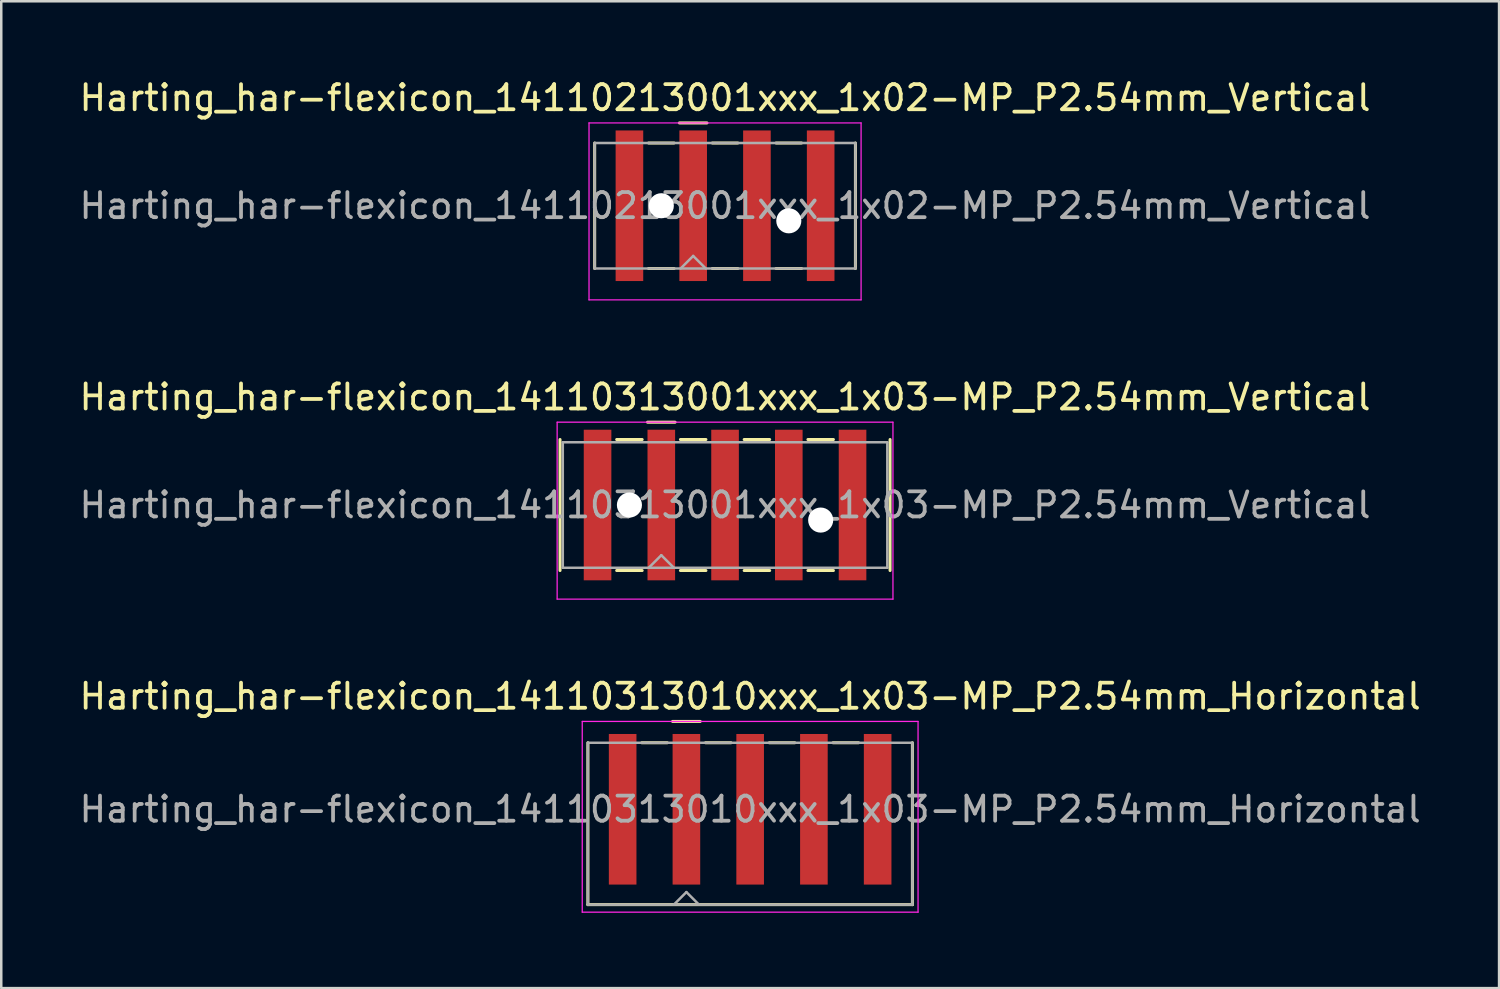
<source format=kicad_pcb>
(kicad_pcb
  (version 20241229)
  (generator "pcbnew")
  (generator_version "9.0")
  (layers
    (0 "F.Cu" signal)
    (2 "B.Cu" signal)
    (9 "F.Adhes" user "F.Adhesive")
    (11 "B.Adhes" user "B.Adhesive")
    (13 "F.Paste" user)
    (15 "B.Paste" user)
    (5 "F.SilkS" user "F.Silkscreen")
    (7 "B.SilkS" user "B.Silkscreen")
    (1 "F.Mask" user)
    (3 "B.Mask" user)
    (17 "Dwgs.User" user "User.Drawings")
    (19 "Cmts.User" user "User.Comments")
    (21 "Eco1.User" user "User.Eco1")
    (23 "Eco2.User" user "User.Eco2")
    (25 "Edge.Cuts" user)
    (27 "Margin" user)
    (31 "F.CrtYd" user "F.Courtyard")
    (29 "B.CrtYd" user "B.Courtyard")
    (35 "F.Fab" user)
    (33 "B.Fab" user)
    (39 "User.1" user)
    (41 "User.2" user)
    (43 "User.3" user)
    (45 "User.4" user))
  (footprint "Harting_har-flexicon_14110213001xxx_1x02-MP_P2.54mm_Vertical"
    (layer "F.Cu")
    (at 25.839 5.148)
    (property "Reference" "Harting_har-flexicon_14110213001xxx_1x02-MP_P2.54mm_Vertical" (at 0 -4.3 0) (layer "F.SilkS") (effects (font (size 1 1) (thickness 0.15))))
    (attr smd)
    (fp_line (start -5.195 -2.5) (end -5.195 2.5) (stroke (width 0.12) (type solid)) (layer "F.SilkS"))
    (fp_line (start -3.048 -2.5) (end -2.032 -2.5) (stroke (width 0.12) (type solid)) (layer "F.SilkS"))
    (fp_line (start -3.048 2.5) (end -2.032 2.5) (stroke (width 0.12) (type solid)) (layer "F.SilkS"))
    (fp_line (start -1.82 -3.3) (end -0.72 -3.3) (stroke (width 0.12) (type solid)) (layer "F.SilkS"))
    (fp_line (start -0.508 -2.5) (end 0.508 -2.5) (stroke (width 0.12) (type solid)) (layer "F.SilkS"))
    (fp_line (start -0.508 2.5) (end 0.508 2.5) (stroke (width 0.12) (type solid)) (layer "F.SilkS"))
    (fp_line (start 2.032 -2.5) (end 3.048 -2.5) (stroke (width 0.12) (type solid)) (layer "F.SilkS"))
    (fp_line (start 2.032 2.5) (end 3.048 2.5) (stroke (width 0.12) (type solid)) (layer "F.SilkS"))
    (fp_line (start 5.195 -2.5) (end 5.195 2.5) (stroke (width 0.12) (type solid)) (layer "F.SilkS"))
    (fp_line (start -5.42 -3.3) (end -5.42 3.75) (stroke (width 0.05) (type solid)) (layer "F.CrtYd"))
    (fp_line (start -5.42 3.75) (end 5.42 3.75) (stroke (width 0.05) (type solid)) (layer "F.CrtYd"))
    (fp_line (start 5.42 -3.3) (end -5.42 -3.3) (stroke (width 0.05) (type solid)) (layer "F.CrtYd"))
    (fp_line (start 5.42 3.75) (end 5.42 -3.3) (stroke (width 0.05) (type solid)) (layer "F.CrtYd"))
    (fp_line (start -5.195 -2.5) (end -5.195 2.5) (stroke (width 0.1) (type solid)) (layer "F.Fab"))
    (fp_line (start -5.195 2.5) (end 5.195 2.5) (stroke (width 0.1) (type solid)) (layer "F.Fab"))
    (fp_line (start -1.77 2.5) (end -1.27 2) (stroke (width 0.1) (type solid)) (layer "F.Fab"))
    (fp_line (start -1.27 2) (end -0.77 2.5) (stroke (width 0.1) (type solid)) (layer "F.Fab"))
    (fp_line (start 5.195 -2.5) (end -5.195 -2.5) (stroke (width 0.1) (type solid)) (layer "F.Fab"))
    (fp_line (start 5.195 2.5) (end 5.195 -2.5) (stroke (width 0.1) (type solid)) (layer "F.Fab"))
    (fp_text user "${REFERENCE}" (at 0 0 0) (layer "F.Fab") (effects (font (size 1 1) (thickness 0.15))))
    (pad "" np_thru_hole circle (at -2.54 0) (size 1 1) (drill 1) (layers "*.Cu" "*.Mask"))
    (pad "" np_thru_hole circle (at 2.54 0.6) (size 1 1) (drill 1) (layers "*.Cu" "*.Mask"))
    (pad "1" smd rect (at -1.27 0) (size 1.1 6) (layers "F.Cu" "F.Mask" "F.Paste"))
    (pad "2" smd rect (at 1.27 0) (size 1.1 6) (layers "F.Cu" "F.Mask" "F.Paste"))
    (pad "MP" smd rect (at -3.81 0) (size 1.1 6) (layers "F.Cu" "F.Mask" "F.Paste"))
    (pad "MP" smd rect (at 3.81 0) (size 1.1 6) (layers "F.Cu" "F.Mask" "F.Paste")))
  (footprint "Harting_har-flexicon_14110313010xxx_1x03-MP_P2.54mm_Horizontal"
    (layer "F.Cu")
    (at 26.839 30.495)
    (property "Reference" "Harting_har-flexicon_14110313010xxx_1x03-MP_P2.54mm_Horizontal" (at 0 -5.8 0) (layer "F.SilkS") (effects (font (size 1 1) (thickness 0.15))))
    (attr smd)
    (fp_line (start -6.465 -3.95) (end -6.465 2.5) (stroke (width 0.12) (type solid)) (layer "F.SilkS"))
    (fp_line (start -4.318 -3.95) (end -3.302 -3.95) (stroke (width 0.12) (type solid)) (layer "F.SilkS"))
    (fp_line (start -3.09 -4.8) (end -1.99 -4.8) (stroke (width 0.12) (type solid)) (layer "F.SilkS"))
    (fp_line (start -1.778 -3.95) (end -0.762 -3.95) (stroke (width 0.12) (type solid)) (layer "F.SilkS"))
    (fp_line (start 0.762 -3.95) (end 1.778 -3.95) (stroke (width 0.12) (type solid)) (layer "F.SilkS"))
    (fp_line (start 3.302 -3.95) (end 4.318 -3.95) (stroke (width 0.12) (type solid)) (layer "F.SilkS"))
    (fp_line (start 6.465 -3.95) (end 6.465 2.5) (stroke (width 0.12) (type solid)) (layer "F.SilkS"))
    (fp_line (start 6.465 2.5) (end -6.465 2.5) (stroke (width 0.12) (type solid)) (layer "F.SilkS"))
    (fp_line (start -6.69 -4.8) (end -6.69 2.8) (stroke (width 0.05) (type solid)) (layer "F.CrtYd"))
    (fp_line (start -6.69 2.8) (end 6.69 2.8) (stroke (width 0.05) (type solid)) (layer "F.CrtYd"))
    (fp_line (start 6.69 -4.8) (end -6.69 -4.8) (stroke (width 0.05) (type solid)) (layer "F.CrtYd"))
    (fp_line (start 6.69 2.8) (end 6.69 -4.8) (stroke (width 0.05) (type solid)) (layer "F.CrtYd"))
    (fp_line (start -6.465 -3.95) (end -6.465 2.5) (stroke (width 0.1) (type solid)) (layer "F.Fab"))
    (fp_line (start -6.465 2.5) (end 6.465 2.5) (stroke (width 0.1) (type solid)) (layer "F.Fab"))
    (fp_line (start -3.04 2.5) (end -2.54 2) (stroke (width 0.1) (type solid)) (layer "F.Fab"))
    (fp_line (start -2.54 2) (end -2.04 2.5) (stroke (width 0.1) (type solid)) (layer "F.Fab"))
    (fp_line (start 6.465 -3.95) (end -6.465 -3.95) (stroke (width 0.1) (type solid)) (layer "F.Fab"))
    (fp_line (start 6.465 2.5) (end 6.465 -3.95) (stroke (width 0.1) (type solid)) (layer "F.Fab"))
    (fp_text user "${REFERENCE}" (at 0 -1.3 0) (layer "F.Fab") (effects (font (size 1 1) (thickness 0.15))))
    (pad "1" smd rect (at -2.54 -1.3) (size 1.1 6) (layers "F.Cu" "F.Mask" "F.Paste"))
    (pad "2" smd rect (at 0 -1.3) (size 1.1 6) (layers "F.Cu" "F.Mask" "F.Paste"))
    (pad "3" smd rect (at 2.54 -1.3) (size 1.1 6) (layers "F.Cu" "F.Mask" "F.Paste"))
    (pad "MP" smd rect (at -5.08 -1.3) (size 1.1 6) (layers "F.Cu" "F.Mask" "F.Paste"))
    (pad "MP" smd rect (at 5.08 -1.3) (size 1.1 6) (layers "F.Cu" "F.Mask" "F.Paste")))
  (footprint "Harting_har-flexicon_14110313001xxx_1x03-MP_P2.54mm_Vertical"
    (layer "F.Cu")
    (at 25.839 17.072)
    (property "Reference" "Harting_har-flexicon_14110313001xxx_1x03-MP_P2.54mm_Vertical" (at 0 -4.3 0) (layer "F.SilkS") (effects (font (size 1 1) (thickness 0.15))))
    (attr smd)
    (fp_line (start -6.575 -2.61) (end -6.575 2.61) (stroke (width 0.12) (type solid)) (layer "F.SilkS"))
    (fp_line (start -4.318 -2.61) (end -3.302 -2.61) (stroke (width 0.12) (type solid)) (layer "F.SilkS"))
    (fp_line (start -4.318 2.61) (end -3.302 2.61) (stroke (width 0.12) (type solid)) (layer "F.SilkS"))
    (fp_line (start -3.09 -3.3) (end -1.99 -3.3) (stroke (width 0.12) (type solid)) (layer "F.SilkS"))
    (fp_line (start -1.778 -2.61) (end -0.762 -2.61) (stroke (width 0.12) (type solid)) (layer "F.SilkS"))
    (fp_line (start -1.778 2.61) (end -0.762 2.61) (stroke (width 0.12) (type solid)) (layer "F.SilkS"))
    (fp_line (start 0.762 -2.61) (end 1.778 -2.61) (stroke (width 0.12) (type solid)) (layer "F.SilkS"))
    (fp_line (start 0.762 2.61) (end 1.778 2.61) (stroke (width 0.12) (type solid)) (layer "F.SilkS"))
    (fp_line (start 3.302 -2.61) (end 4.318 -2.61) (stroke (width 0.12) (type solid)) (layer "F.SilkS"))
    (fp_line (start 3.302 2.61) (end 4.318 2.61) (stroke (width 0.12) (type solid)) (layer "F.SilkS"))
    (fp_line (start 6.575 -2.61) (end 6.575 2.61) (stroke (width 0.12) (type solid)) (layer "F.SilkS"))
    (fp_line (start -6.69 -3.3) (end -6.69 3.75) (stroke (width 0.05) (type solid)) (layer "F.CrtYd"))
    (fp_line (start -6.69 3.75) (end 6.69 3.75) (stroke (width 0.05) (type solid)) (layer "F.CrtYd"))
    (fp_line (start 6.69 -3.3) (end -6.69 -3.3) (stroke (width 0.05) (type solid)) (layer "F.CrtYd"))
    (fp_line (start 6.69 3.75) (end 6.69 -3.3) (stroke (width 0.05) (type solid)) (layer "F.CrtYd"))
    (fp_line (start -6.465 -2.5) (end -6.465 2.5) (stroke (width 0.1) (type solid)) (layer "F.Fab"))
    (fp_line (start -6.465 2.5) (end 6.465 2.5) (stroke (width 0.1) (type solid)) (layer "F.Fab"))
    (fp_line (start -3.04 2.5) (end -2.54 2) (stroke (width 0.1) (type solid)) (layer "F.Fab"))
    (fp_line (start -2.54 2) (end -2.04 2.5) (stroke (width 0.1) (type solid)) (layer "F.Fab"))
    (fp_line (start 6.465 -2.5) (end -6.465 -2.5) (stroke (width 0.1) (type solid)) (layer "F.Fab"))
    (fp_line (start 6.465 2.5) (end 6.465 -2.5) (stroke (width 0.1) (type solid)) (layer "F.Fab"))
    (fp_text user "${REFERENCE}" (at 0 0 0) (layer "F.Fab") (effects (font (size 1 1) (thickness 0.15))))
    (pad "" np_thru_hole circle (at -3.81 0) (size 1 1) (drill 1) (layers "*.Cu" "*.Mask"))
    (pad "" np_thru_hole circle (at 3.81 0.6) (size 1 1) (drill 1) (layers "*.Cu" "*.Mask"))
    (pad "1" smd rect (at -2.54 0) (size 1.1 6) (layers "F.Cu" "F.Mask" "F.Paste"))
    (pad "2" smd rect (at 0 0) (size 1.1 6) (layers "F.Cu" "F.Mask" "F.Paste"))
    (pad "3" smd rect (at 2.54 0) (size 1.1 6) (layers "F.Cu" "F.Mask" "F.Paste"))
    (pad "MP" smd rect (at -5.08 0) (size 1.1 6) (layers "F.Cu" "F.Mask" "F.Paste"))
    (pad "MP" smd rect (at 5.08 0) (size 1.1 6) (layers "F.Cu" "F.Mask" "F.Paste")))
  (gr_rect
    (start -3 -3)
    (end 56.679 36.32)
    (stroke (width 0.1) (type default))
    (fill no)
    (layer "Edge.Cuts")))
</source>
